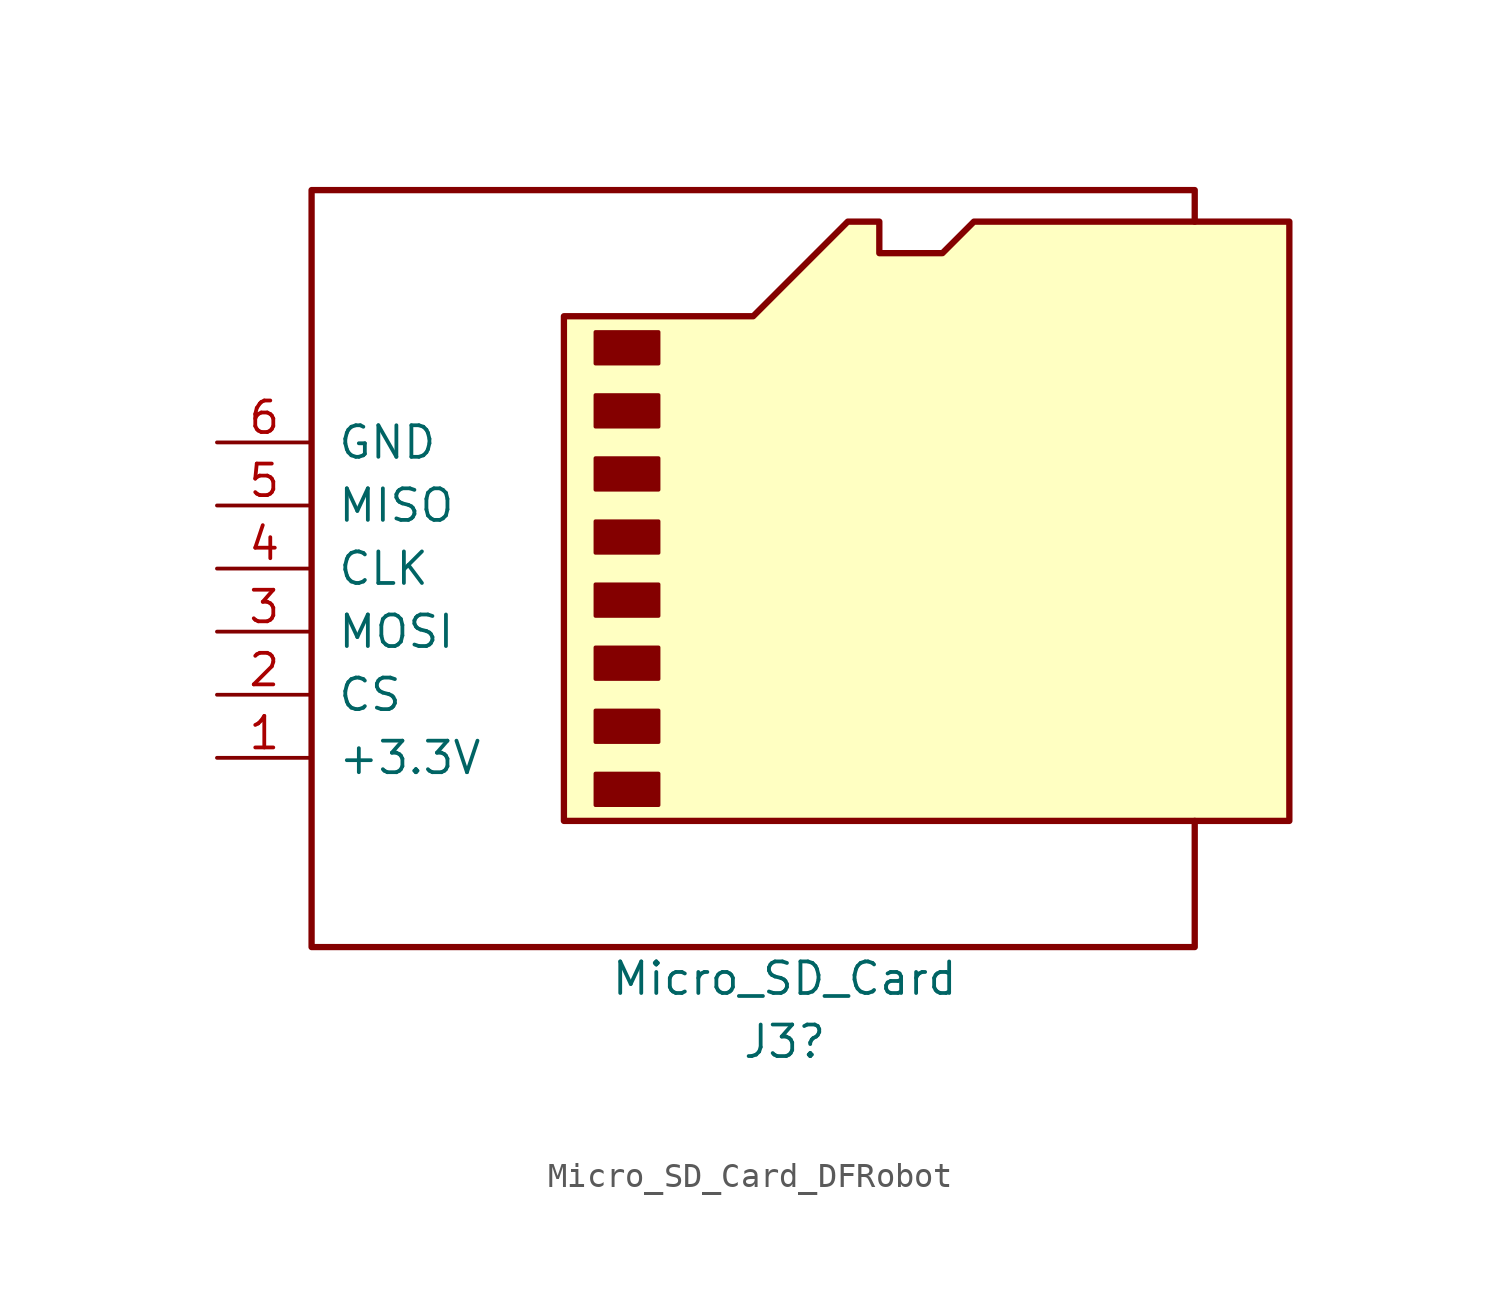
<source format=kicad_sym>
(kicad_symbol_lib
  (version 20220914)
  (generator kicad_symbol_editor)
  (symbol "Micro_SD_Card_DFRobot"
    (pin_names
      (offset 1.016))
    (property "Reference" "J3"
      (at 0 -6.35 0)
      (effects (font (size 1.27 1.27))))
    (property "Value" "Micro_SD_Card"
      (at 0 -3.81 0)
      (effects (font (size 1.27 1.27))))
    (symbol "Micro_SD_Card_DFRobot_0_1"
      (rectangle (start -7.62 4.445) (end -5.08 3.175) (stroke (width 0) (type default)) (fill (type outline)))
      (rectangle (start -7.62 6.985) (end -5.08 5.715) (stroke (width 0) (type default)) (fill (type outline)))
      (rectangle (start -7.62 9.525) (end -5.08 8.255) (stroke (width 0) (type default)) (fill (type outline)))
      (rectangle (start -7.62 12.065) (end -5.08 10.795) (stroke (width 0) (type default)) (fill (type outline)))
      (rectangle (start -7.62 14.605) (end -5.08 13.335) (stroke (width 0) (type default)) (fill (type outline)))
      (rectangle (start -7.62 17.145) (end -5.08 15.875) (stroke (width 0) (type default)) (fill (type outline)))
      (rectangle (start -7.62 19.685) (end -5.08 18.415) (stroke (width 0) (type default)) (fill (type outline)))
      (rectangle (start -7.62 22.225) (end -5.08 20.955) (stroke (width 0) (type default)) (fill (type outline)))
      (polyline (pts (xy 16.51 26.67) (xy 16.51 27.94) (xy -19.05 27.94) (xy -19.05 -2.54) (xy 16.51 -2.54) (xy 16.51 2.54)) (stroke (width 0.254) (type default)) (fill (type none)))
      (polyline (pts (xy -8.89 2.54) (xy -8.89 22.86) (xy -1.27 22.86) (xy 2.54 26.67) (xy 3.81 26.67) (xy 3.81 25.4) (xy 6.35 25.4) (xy 7.62 26.67) (xy 20.32 26.67) (xy 20.32 2.54) (xy -8.89 2.54)) (stroke (width 0.254) (type default)) (fill (type background))))
    (symbol "Micro_SD_Card_DFRobot_1_1"
      (pin input line (at -22.86 5.08 0) (length 3.81) (name "+3.3V" (effects (font (size 1.27 1.27)))) (number "1" (effects (font (size 1.27 1.27)))))
      (pin output line (at -22.86 7.62 0) (length 3.81) (name "CS" (effects (font (size 1.27 1.27)))) (number "2" (effects (font (size 1.27 1.27)))))
      (pin bidirectional line (at -22.86 10.16 0) (length 3.81) (name "MOSI" (effects (font (size 1.27 1.27)))) (number "3" (effects (font (size 1.27 1.27)))))
      (pin bidirectional line (at -22.86 12.7 0) (length 3.81) (name "CLK" (effects (font (size 1.27 1.27)))) (number "4" (effects (font (size 1.27 1.27)))))
      (pin bidirectional line (at -22.86 15.24 0) (length 3.81) (name "MISO" (effects (font (size 1.27 1.27)))) (number "5" (effects (font (size 1.27 1.27)))))
      (pin power_in line (at -22.86 17.78 0) (length 3.81) (name "GND" (effects (font (size 1.27 1.27)))) (number "6" (effects (font (size 1.27 1.27))))))))
</source>
